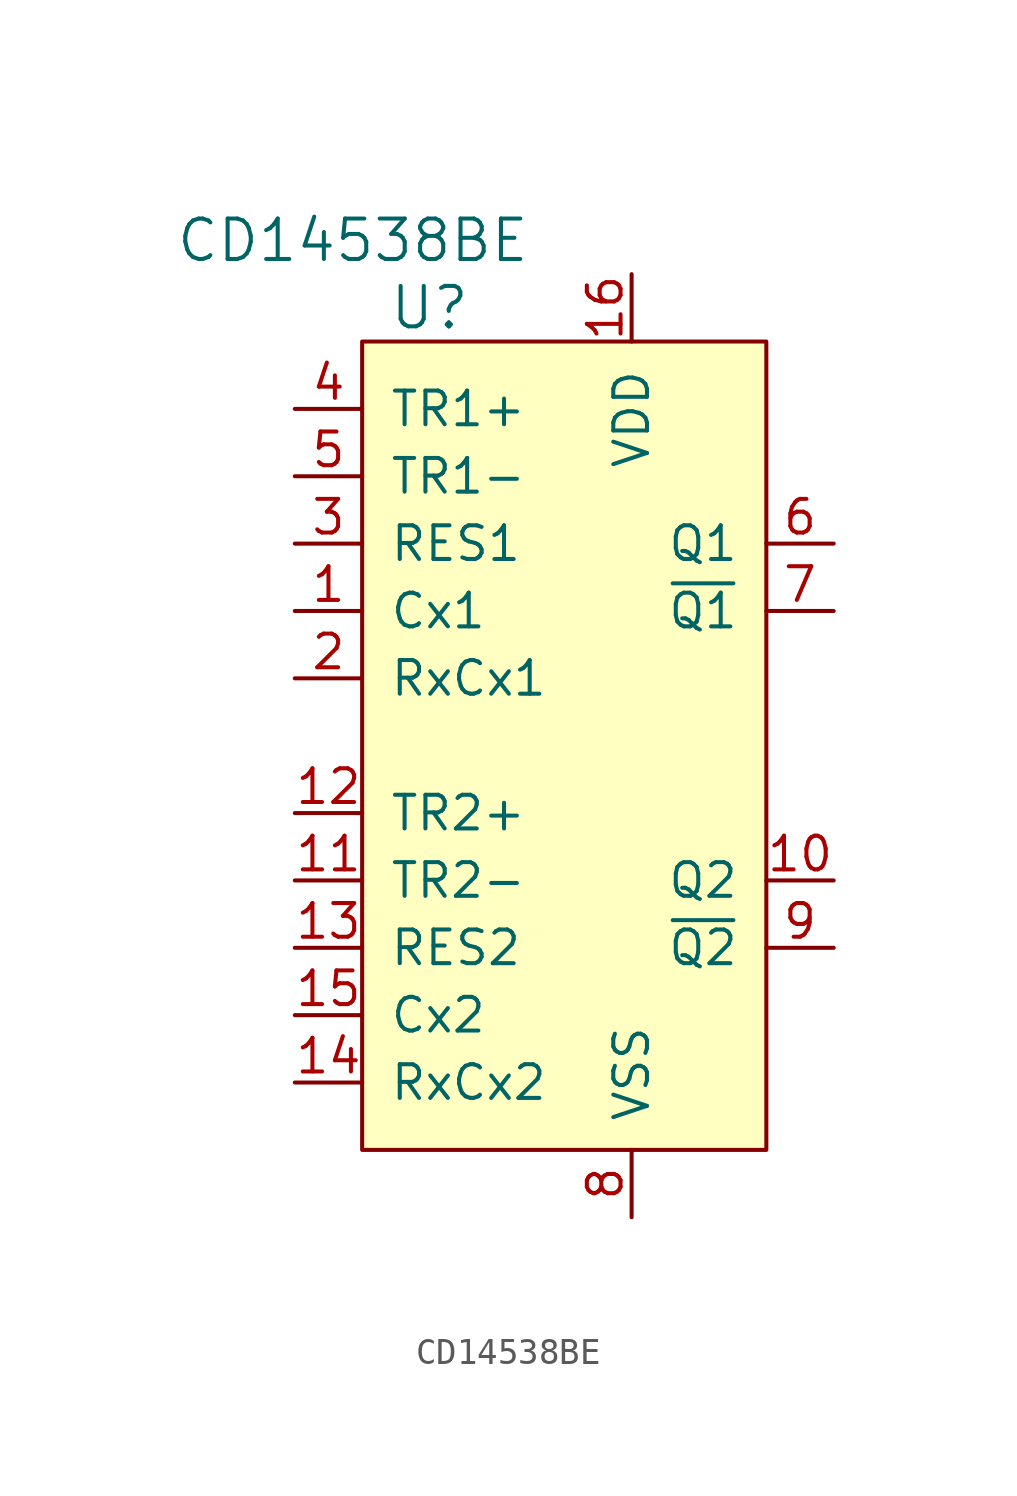
<source format=kicad_sym>
(kicad_symbol_lib
  (version 20220914)
  (generator kicad_symbol_editor)
  (symbol "CD14538BE"
    (pin_names
      (offset 1.016))
    (property "Reference" "U"
      (at -5.08 16.51 0)
      (effects (font (size 1.524 1.524))))
    (property "Value" "CD14538BE"
      (at -1.27 19.05 0)
      (effects (font (size 1.524 1.524)) (justify right)))
    (symbol "CD14538BE_0_1"
      (rectangle (start -7.62 15.24) (end 7.62 -15.24) (stroke (width 0) (type solid)) (fill (type background))))
    (symbol "CD14538BE_1_1"
      (pin passive line (at -10.16 5.08 0) (length 2.54) (name "Cx1" (effects (font (size 1.27 1.27)))) (number "1" (effects (font (size 1.27 1.27)))))
      (pin output line (at 10.16 -5.08 180) (length 2.54) (name "Q2" (effects (font (size 1.27 1.27)))) (number "10" (effects (font (size 1.27 1.27)))))
      (pin input line (at -10.16 -5.08 0) (length 2.54) (name "TR2-" (effects (font (size 1.27 1.27)))) (number "11" (effects (font (size 1.27 1.27)))))
      (pin input line (at -10.16 -2.54 0) (length 2.54) (name "TR2+" (effects (font (size 1.27 1.27)))) (number "12" (effects (font (size 1.27 1.27)))))
      (pin input line (at -10.16 -7.62 0) (length 2.54) (name "RES2" (effects (font (size 1.27 1.27)))) (number "13" (effects (font (size 1.27 1.27)))))
      (pin input line (at -10.16 -12.7 0) (length 2.54) (name "RxCx2" (effects (font (size 1.27 1.27)))) (number "14" (effects (font (size 1.27 1.27)))))
      (pin passive line (at -10.16 -10.16 0) (length 2.54) (name "Cx2" (effects (font (size 1.27 1.27)))) (number "15" (effects (font (size 1.27 1.27)))))
      (pin power_in line (at 2.54 17.78 270) (length 2.54) (name "VDD" (effects (font (size 1.27 1.27)))) (number "16" (effects (font (size 1.27 1.27)))))
      (pin input line (at -10.16 2.54 0) (length 2.54) (name "RxCx1" (effects (font (size 1.27 1.27)))) (number "2" (effects (font (size 1.27 1.27)))))
      (pin input line (at -10.16 7.62 0) (length 2.54) (name "RES1" (effects (font (size 1.27 1.27)))) (number "3" (effects (font (size 1.27 1.27)))))
      (pin input line (at -10.16 12.7 0) (length 2.54) (name "TR1+" (effects (font (size 1.27 1.27)))) (number "4" (effects (font (size 1.27 1.27)))))
      (pin input line (at -10.16 10.16 0) (length 2.54) (name "TR1-" (effects (font (size 1.27 1.27)))) (number "5" (effects (font (size 1.27 1.27)))))
      (pin output line (at 10.16 7.62 180) (length 2.54) (name "Q1" (effects (font (size 1.27 1.27)))) (number "6" (effects (font (size 1.27 1.27)))))
      (pin output line (at 10.16 5.08 180) (length 2.54) (name "~{Q1}" (effects (font (size 1.27 1.27)))) (number "7" (effects (font (size 1.27 1.27)))))
      (pin power_in line (at 2.54 -17.78 90) (length 2.54) (name "VSS" (effects (font (size 1.27 1.27)))) (number "8" (effects (font (size 1.27 1.27)))))
      (pin output line (at 10.16 -7.62 180) (length 2.54) (name "~{Q2}" (effects (font (size 1.27 1.27)))) (number "9" (effects (font (size 1.27 1.27))))))))
</source>
